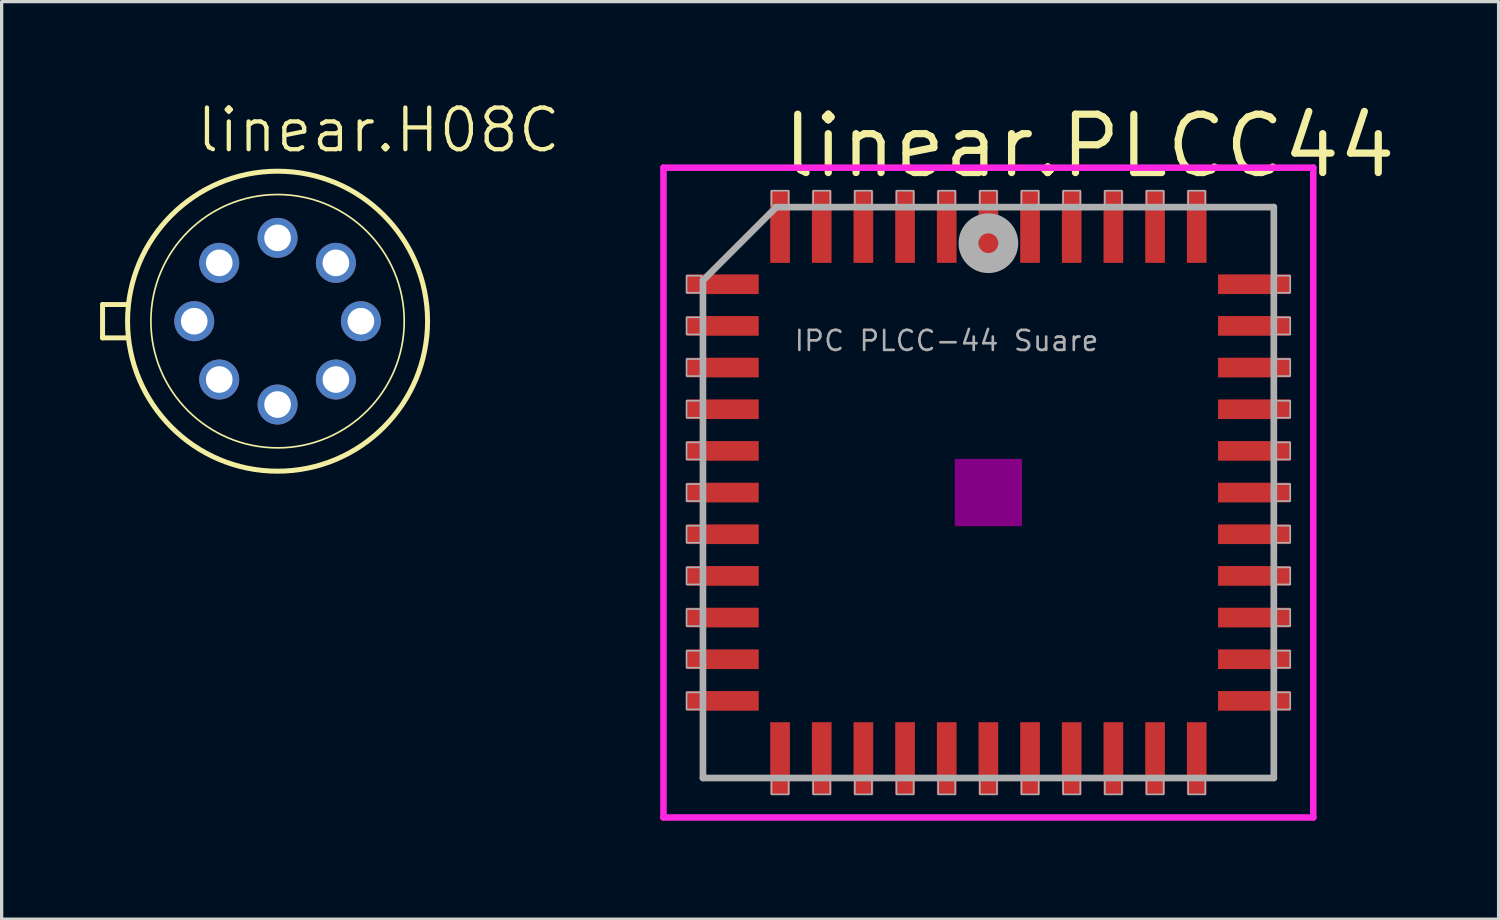
<source format=kicad_pcb>
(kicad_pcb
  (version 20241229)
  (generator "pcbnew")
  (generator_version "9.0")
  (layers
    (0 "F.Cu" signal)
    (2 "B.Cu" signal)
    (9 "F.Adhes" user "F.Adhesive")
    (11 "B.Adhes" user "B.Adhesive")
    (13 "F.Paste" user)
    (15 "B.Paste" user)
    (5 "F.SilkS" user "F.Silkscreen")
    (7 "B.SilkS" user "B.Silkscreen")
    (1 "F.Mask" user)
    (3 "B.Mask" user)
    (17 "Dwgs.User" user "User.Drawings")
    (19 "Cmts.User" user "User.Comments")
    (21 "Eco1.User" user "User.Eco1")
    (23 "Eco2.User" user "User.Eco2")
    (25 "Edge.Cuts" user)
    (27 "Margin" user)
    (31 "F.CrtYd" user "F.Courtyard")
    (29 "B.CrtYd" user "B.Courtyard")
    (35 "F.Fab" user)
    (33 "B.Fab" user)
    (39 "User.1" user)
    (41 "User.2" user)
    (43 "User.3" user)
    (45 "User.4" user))
  (footprint "linear.PLCC44"
    (layer "F.Cu")
    (at 27.076 11.963)
    (property "Reference" "linear.PLCC44" (at -6.38 -9.525 0) (layer "F.SilkS") (effects (font (size 1.778 1.778) (thickness 0.22)) (justify left bottom)))
    (attr smd)
    (fp_rect (start -1 1) (end 1 -1) (stroke (width 0.05) (type default)) (fill yes) (layer "F.Adhes"))
    (fp_line (start -9.903 -9.903) (end 9.903 -9.903) (stroke (width 0.2) (type default)) (layer "F.CrtYd"))
    (fp_line (start -9.903 9.903) (end -9.903 -9.903) (stroke (width 0.2) (type default)) (layer "F.CrtYd"))
    (fp_line (start 9.903 -9.903) (end 9.903 9.903) (stroke (width 0.2) (type default)) (layer "F.CrtYd"))
    (fp_line (start 9.903 9.903) (end -9.903 9.903) (stroke (width 0.2) (type default)) (layer "F.CrtYd"))
    (fp_line (start -8.7 -6.465) (end -8.7 8.7) (stroke (width 0.203) (type default)) (layer "F.Fab"))
    (fp_line (start -8.7 8.7) (end 8.7 8.7) (stroke (width 0.203) (type default)) (layer "F.Fab"))
    (fp_line (start -6.465 -8.7) (end -8.7 -6.465) (stroke (width 0.203) (type default)) (layer "F.Fab"))
    (fp_line (start 8.7 -8.7) (end -6.465 -8.7) (stroke (width 0.203) (type default)) (layer "F.Fab"))
    (fp_line (start 8.7 8.7) (end 8.7 -8.7) (stroke (width 0.203) (type default)) (layer "F.Fab"))
    (fp_rect (start -9.2 -6.09) (end -8.75 -6.61) (stroke (width 0.05) (type default)) (fill no) (layer "F.Fab"))
    (fp_rect (start -9.2 -4.82) (end -8.75 -5.34) (stroke (width 0.05) (type default)) (fill no) (layer "F.Fab"))
    (fp_rect (start -9.2 -3.55) (end -8.75 -4.07) (stroke (width 0.05) (type default)) (fill no) (layer "F.Fab"))
    (fp_rect (start -9.2 -2.28) (end -8.75 -2.8) (stroke (width 0.05) (type default)) (fill no) (layer "F.Fab"))
    (fp_rect (start -9.2 -1.01) (end -8.75 -1.53) (stroke (width 0.05) (type default)) (fill no) (layer "F.Fab"))
    (fp_rect (start -9.2 0.26) (end -8.75 -0.26) (stroke (width 0.05) (type default)) (fill no) (layer "F.Fab"))
    (fp_rect (start -9.2 1.53) (end -8.75 1.01) (stroke (width 0.05) (type default)) (fill no) (layer "F.Fab"))
    (fp_rect (start -9.2 2.8) (end -8.75 2.28) (stroke (width 0.05) (type default)) (fill no) (layer "F.Fab"))
    (fp_rect (start -9.2 4.07) (end -8.75 3.55) (stroke (width 0.05) (type default)) (fill no) (layer "F.Fab"))
    (fp_rect (start -9.2 5.34) (end -8.75 4.82) (stroke (width 0.05) (type default)) (fill no) (layer "F.Fab"))
    (fp_rect (start -9.2 6.61) (end -8.75 6.09) (stroke (width 0.05) (type default)) (fill no) (layer "F.Fab"))
    (fp_rect (start -6.61 -8.75) (end -6.09 -9.2) (stroke (width 0.05) (type default)) (fill no) (layer "F.Fab"))
    (fp_rect (start -6.61 9.2) (end -6.09 8.75) (stroke (width 0.05) (type default)) (fill no) (layer "F.Fab"))
    (fp_rect (start -5.34 -8.75) (end -4.82 -9.2) (stroke (width 0.05) (type default)) (fill no) (layer "F.Fab"))
    (fp_rect (start -5.34 9.2) (end -4.82 8.75) (stroke (width 0.05) (type default)) (fill no) (layer "F.Fab"))
    (fp_rect (start -4.07 -8.75) (end -3.55 -9.2) (stroke (width 0.05) (type default)) (fill no) (layer "F.Fab"))
    (fp_rect (start -4.07 9.2) (end -3.55 8.75) (stroke (width 0.05) (type default)) (fill no) (layer "F.Fab"))
    (fp_rect (start -2.8 -8.75) (end -2.28 -9.2) (stroke (width 0.05) (type default)) (fill no) (layer "F.Fab"))
    (fp_rect (start -2.8 9.2) (end -2.28 8.75) (stroke (width 0.05) (type default)) (fill no) (layer "F.Fab"))
    (fp_rect (start -1.53 -8.75) (end -1.01 -9.2) (stroke (width 0.05) (type default)) (fill no) (layer "F.Fab"))
    (fp_rect (start -1.53 9.2) (end -1.01 8.75) (stroke (width 0.05) (type default)) (fill no) (layer "F.Fab"))
    (fp_rect (start -0.26 -8.75) (end 0.26 -9.2) (stroke (width 0.05) (type default)) (fill no) (layer "F.Fab"))
    (fp_rect (start -0.26 9.2) (end 0.26 8.75) (stroke (width 0.05) (type default)) (fill no) (layer "F.Fab"))
    (fp_rect (start 1.01 -8.75) (end 1.53 -9.2) (stroke (width 0.05) (type default)) (fill no) (layer "F.Fab"))
    (fp_rect (start 1.01 9.2) (end 1.53 8.75) (stroke (width 0.05) (type default)) (fill no) (layer "F.Fab"))
    (fp_rect (start 2.28 -8.75) (end 2.8 -9.2) (stroke (width 0.05) (type default)) (fill no) (layer "F.Fab"))
    (fp_rect (start 2.28 9.2) (end 2.8 8.75) (stroke (width 0.05) (type default)) (fill no) (layer "F.Fab"))
    (fp_rect (start 3.55 -8.75) (end 4.07 -9.2) (stroke (width 0.05) (type default)) (fill no) (layer "F.Fab"))
    (fp_rect (start 3.55 9.2) (end 4.07 8.75) (stroke (width 0.05) (type default)) (fill no) (layer "F.Fab"))
    (fp_rect (start 4.82 -8.75) (end 5.34 -9.2) (stroke (width 0.05) (type default)) (fill no) (layer "F.Fab"))
    (fp_rect (start 4.82 9.2) (end 5.34 8.75) (stroke (width 0.05) (type default)) (fill no) (layer "F.Fab"))
    (fp_rect (start 6.09 -8.75) (end 6.61 -9.2) (stroke (width 0.05) (type default)) (fill no) (layer "F.Fab"))
    (fp_rect (start 6.09 9.2) (end 6.61 8.75) (stroke (width 0.05) (type default)) (fill no) (layer "F.Fab"))
    (fp_rect (start 8.75 -6.09) (end 9.2 -6.61) (stroke (width 0.05) (type default)) (fill no) (layer "F.Fab"))
    (fp_rect (start 8.75 -4.82) (end 9.2 -5.34) (stroke (width 0.05) (type default)) (fill no) (layer "F.Fab"))
    (fp_rect (start 8.75 -3.55) (end 9.2 -4.07) (stroke (width 0.05) (type default)) (fill no) (layer "F.Fab"))
    (fp_rect (start 8.75 -2.28) (end 9.2 -2.8) (stroke (width 0.05) (type default)) (fill no) (layer "F.Fab"))
    (fp_rect (start 8.75 -1.01) (end 9.2 -1.53) (stroke (width 0.05) (type default)) (fill no) (layer "F.Fab"))
    (fp_rect (start 8.75 0.26) (end 9.2 -0.26) (stroke (width 0.05) (type default)) (fill no) (layer "F.Fab"))
    (fp_rect (start 8.75 1.53) (end 9.2 1.01) (stroke (width 0.05) (type default)) (fill no) (layer "F.Fab"))
    (fp_rect (start 8.75 2.8) (end 9.2 2.28) (stroke (width 0.05) (type default)) (fill no) (layer "F.Fab"))
    (fp_rect (start 8.75 4.07) (end 9.2 3.55) (stroke (width 0.05) (type default)) (fill no) (layer "F.Fab"))
    (fp_rect (start 8.75 5.34) (end 9.2 4.82) (stroke (width 0.05) (type default)) (fill no) (layer "F.Fab"))
    (fp_rect (start 8.75 6.61) (end 9.2 6.09) (stroke (width 0.05) (type default)) (fill no) (layer "F.Fab"))
    (fp_circle (center 0 -7.6) (end 0.3 -7.6) (stroke (width 0.61) (type default)) (fill no) (layer "F.Fab"))
    (fp_text user "IPC PLCC-44 Suare" (at -5.96 -4.27 0) (layer "F.Fab") (effects (font (size 0.61 0.61) (thickness 0.08)) (justify left bottom)))
    (pad "1" smd roundrect (at 0 -8.1) (size 0.6 2.2) (layers "F.Cu" "F.Mask" "F.Paste") (roundrect_rratio 0.01))
    (pad "2" smd roundrect (at -1.27 -8.1) (size 0.6 2.2) (layers "F.Cu" "F.Mask" "F.Paste") (roundrect_rratio 0.01))
    (pad "3" smd roundrect (at -2.54 -8.1) (size 0.6 2.2) (layers "F.Cu" "F.Mask" "F.Paste") (roundrect_rratio 0.01))
    (pad "4" smd roundrect (at -3.81 -8.1) (size 0.6 2.2) (layers "F.Cu" "F.Mask" "F.Paste") (roundrect_rratio 0.01))
    (pad "5" smd roundrect (at -5.08 -8.1) (size 0.6 2.2) (layers "F.Cu" "F.Mask" "F.Paste") (roundrect_rratio 0.01))
    (pad "6" smd roundrect (at -6.35 -8.1) (size 0.6 2.2) (layers "F.Cu" "F.Mask" "F.Paste") (roundrect_rratio 0.01))
    (pad "7" smd roundrect (at -8.1 -6.35) (size 2.2 0.6) (layers "F.Cu" "F.Mask" "F.Paste") (roundrect_rratio 0.01))
    (pad "8" smd roundrect (at -8.1 -5.08) (size 2.2 0.6) (layers "F.Cu" "F.Mask" "F.Paste") (roundrect_rratio 0.01))
    (pad "9" smd roundrect (at -8.1 -3.81) (size 2.2 0.6) (layers "F.Cu" "F.Mask" "F.Paste") (roundrect_rratio 0.01))
    (pad "10" smd roundrect (at -8.1 -2.54) (size 2.2 0.6) (layers "F.Cu" "F.Mask" "F.Paste") (roundrect_rratio 0.01))
    (pad "11" smd roundrect (at -8.1 -1.27) (size 2.2 0.6) (layers "F.Cu" "F.Mask" "F.Paste") (roundrect_rratio 0.01))
    (pad "12" smd roundrect (at -8.1 0) (size 2.2 0.6) (layers "F.Cu" "F.Mask" "F.Paste") (roundrect_rratio 0.01))
    (pad "13" smd roundrect (at -8.1 1.27) (size 2.2 0.6) (layers "F.Cu" "F.Mask" "F.Paste") (roundrect_rratio 0.01))
    (pad "14" smd roundrect (at -8.1 2.54) (size 2.2 0.6) (layers "F.Cu" "F.Mask" "F.Paste") (roundrect_rratio 0.01))
    (pad "15" smd roundrect (at -8.1 3.81) (size 2.2 0.6) (layers "F.Cu" "F.Mask" "F.Paste") (roundrect_rratio 0.01))
    (pad "16" smd roundrect (at -8.1 5.08) (size 2.2 0.6) (layers "F.Cu" "F.Mask" "F.Paste") (roundrect_rratio 0.01))
    (pad "17" smd roundrect (at -8.1 6.35) (size 2.2 0.6) (layers "F.Cu" "F.Mask" "F.Paste") (roundrect_rratio 0.01))
    (pad "18" smd roundrect (at -6.35 8.1) (size 0.6 2.2) (layers "F.Cu" "F.Mask" "F.Paste") (roundrect_rratio 0.01))
    (pad "19" smd roundrect (at -5.08 8.1) (size 0.6 2.2) (layers "F.Cu" "F.Mask" "F.Paste") (roundrect_rratio 0.01))
    (pad "20" smd roundrect (at -3.81 8.1) (size 0.6 2.2) (layers "F.Cu" "F.Mask" "F.Paste") (roundrect_rratio 0.01))
    (pad "21" smd roundrect (at -2.54 8.1) (size 0.6 2.2) (layers "F.Cu" "F.Mask" "F.Paste") (roundrect_rratio 0.01))
    (pad "22" smd roundrect (at -1.27 8.1) (size 0.6 2.2) (layers "F.Cu" "F.Mask" "F.Paste") (roundrect_rratio 0.01))
    (pad "23" smd roundrect (at 0 8.1) (size 0.6 2.2) (layers "F.Cu" "F.Mask" "F.Paste") (roundrect_rratio 0.01))
    (pad "24" smd roundrect (at 1.27 8.1) (size 0.6 2.2) (layers "F.Cu" "F.Mask" "F.Paste") (roundrect_rratio 0.01))
    (pad "25" smd roundrect (at 2.54 8.1) (size 0.6 2.2) (layers "F.Cu" "F.Mask" "F.Paste") (roundrect_rratio 0.01))
    (pad "26" smd roundrect (at 3.81 8.1) (size 0.6 2.2) (layers "F.Cu" "F.Mask" "F.Paste") (roundrect_rratio 0.01))
    (pad "27" smd roundrect (at 5.08 8.1) (size 0.6 2.2) (layers "F.Cu" "F.Mask" "F.Paste") (roundrect_rratio 0.01))
    (pad "28" smd roundrect (at 6.35 8.1) (size 0.6 2.2) (layers "F.Cu" "F.Mask" "F.Paste") (roundrect_rratio 0.01))
    (pad "29" smd roundrect (at 8.1 6.35) (size 2.2 0.6) (layers "F.Cu" "F.Mask" "F.Paste") (roundrect_rratio 0.01))
    (pad "30" smd roundrect (at 8.1 5.08) (size 2.2 0.6) (layers "F.Cu" "F.Mask" "F.Paste") (roundrect_rratio 0.01))
    (pad "31" smd roundrect (at 8.1 3.81) (size 2.2 0.6) (layers "F.Cu" "F.Mask" "F.Paste") (roundrect_rratio 0.01))
    (pad "32" smd roundrect (at 8.1 2.54) (size 2.2 0.6) (layers "F.Cu" "F.Mask" "F.Paste") (roundrect_rratio 0.01))
    (pad "33" smd roundrect (at 8.1 1.27) (size 2.2 0.6) (layers "F.Cu" "F.Mask" "F.Paste") (roundrect_rratio 0.01))
    (pad "34" smd roundrect (at 8.1 0) (size 2.2 0.6) (layers "F.Cu" "F.Mask" "F.Paste") (roundrect_rratio 0.01))
    (pad "35" smd roundrect (at 8.1 -1.27) (size 2.2 0.6) (layers "F.Cu" "F.Mask" "F.Paste") (roundrect_rratio 0.01))
    (pad "36" smd roundrect (at 8.1 -2.54) (size 2.2 0.6) (layers "F.Cu" "F.Mask" "F.Paste") (roundrect_rratio 0.01))
    (pad "37" smd roundrect (at 8.1 -3.81) (size 2.2 0.6) (layers "F.Cu" "F.Mask" "F.Paste") (roundrect_rratio 0.01))
    (pad "38" smd roundrect (at 8.1 -5.08) (size 2.2 0.6) (layers "F.Cu" "F.Mask" "F.Paste") (roundrect_rratio 0.01))
    (pad "39" smd roundrect (at 8.1 -6.35) (size 2.2 0.6) (layers "F.Cu" "F.Mask" "F.Paste") (roundrect_rratio 0.01))
    (pad "40" smd roundrect (at 6.35 -8.1) (size 0.6 2.2) (layers "F.Cu" "F.Mask" "F.Paste") (roundrect_rratio 0.01))
    (pad "41" smd roundrect (at 5.08 -8.1) (size 0.6 2.2) (layers "F.Cu" "F.Mask" "F.Paste") (roundrect_rratio 0.01))
    (pad "42" smd roundrect (at 3.81 -8.1) (size 0.6 2.2) (layers "F.Cu" "F.Mask" "F.Paste") (roundrect_rratio 0.01))
    (pad "43" smd roundrect (at 2.54 -8.1) (size 0.6 2.2) (layers "F.Cu" "F.Mask" "F.Paste") (roundrect_rratio 0.01))
    (pad "44" smd roundrect (at 1.27 -8.1) (size 0.6 2.2) (layers "F.Cu" "F.Mask" "F.Paste") (roundrect_rratio 0.01)))
  (footprint "linear.H08C"
    (layer "F.Cu")
    (at 5.41 6.74)
    (property "Reference" "linear.H08C" (at -2.54 -5.08 0) (layer "F.SilkS") (effects (font (size 1.27 1.27) (thickness 0.13)) (justify left bottom)))
    (attr through_hole)
    (fp_line (start -5.334 0.508) (end -5.334 -0.508) (stroke (width 0.152) (type default)) (layer "F.SilkS"))
    (fp_line (start -5.334 0.508) (end -4.572 0.508) (stroke (width 0.152) (type default)) (layer "F.SilkS"))
    (fp_line (start -4.572 -0.508) (end -5.334 -0.508) (stroke (width 0.152) (type default)) (layer "F.SilkS"))
    (fp_circle (center 0 0) (end 3.861 0) (stroke (width 0.051) (type default)) (fill no) (layer "F.SilkS"))
    (fp_circle (center 0 0) (end 4.572 0) (stroke (width 0.152) (type default)) (fill no) (layer "F.SilkS"))
    (pad "1" thru_hole circle (at -1.778 1.778) (size 1.219 1.219) (drill 0.813) (layers "*.Cu" "*.Mask"))
    (pad "2" thru_hole circle (at 0 2.54) (size 1.219 1.219) (drill 0.813) (layers "*.Cu" "*.Mask"))
    (pad "3" thru_hole circle (at 1.778 1.778) (size 1.219 1.219) (drill 0.813) (layers "*.Cu" "*.Mask"))
    (pad "4" thru_hole circle (at 2.54 0) (size 1.219 1.219) (drill 0.813) (layers "*.Cu" "*.Mask"))
    (pad "5" thru_hole circle (at 1.778 -1.778) (size 1.219 1.219) (drill 0.813) (layers "*.Cu" "*.Mask"))
    (pad "6" thru_hole circle (at 0 -2.54) (size 1.219 1.219) (drill 0.813) (layers "*.Cu" "*.Mask"))
    (pad "7" thru_hole circle (at -1.778 -1.778) (size 1.219 1.219) (drill 0.813) (layers "*.Cu" "*.Mask"))
    (pad "8" thru_hole circle (at -2.54 0) (size 1.219 1.219) (drill 0.813) (layers "*.Cu" "*.Mask")))
  (gr_rect
    (start -3 -3)
    (end 42.627 24.966)
    (stroke (width 0.1) (type default))
    (fill no)
    (layer "Edge.Cuts")))
</source>
